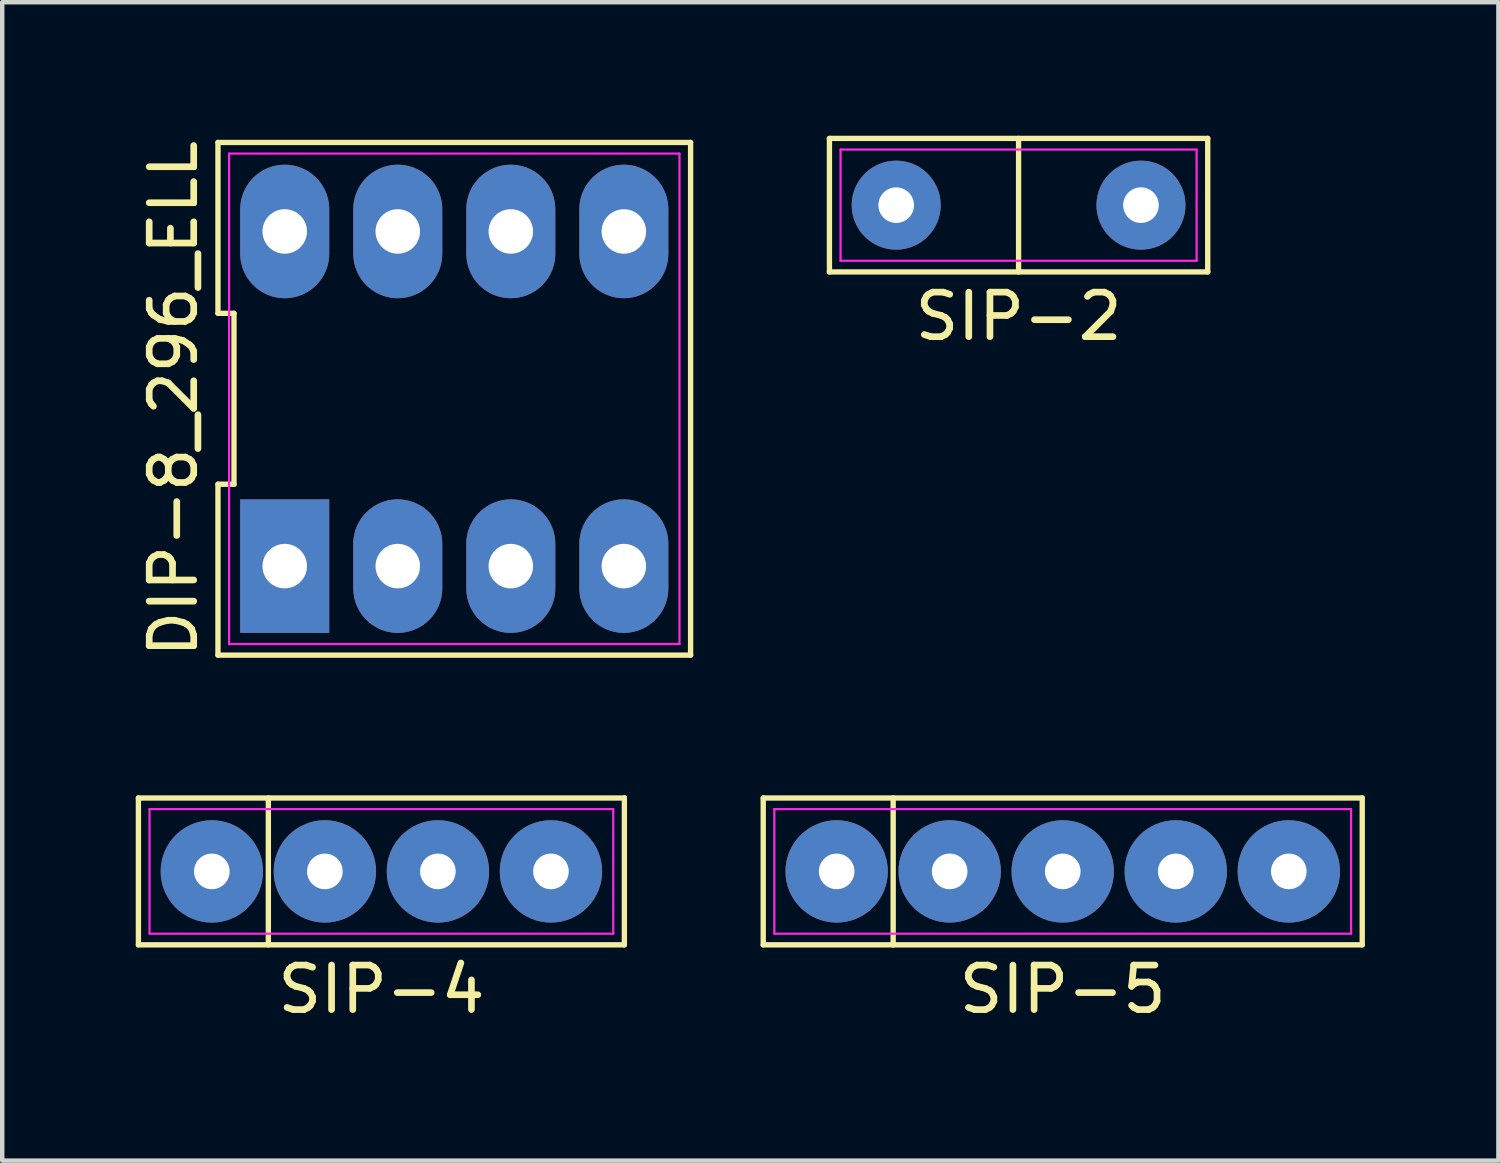
<source format=kicad_pcb>
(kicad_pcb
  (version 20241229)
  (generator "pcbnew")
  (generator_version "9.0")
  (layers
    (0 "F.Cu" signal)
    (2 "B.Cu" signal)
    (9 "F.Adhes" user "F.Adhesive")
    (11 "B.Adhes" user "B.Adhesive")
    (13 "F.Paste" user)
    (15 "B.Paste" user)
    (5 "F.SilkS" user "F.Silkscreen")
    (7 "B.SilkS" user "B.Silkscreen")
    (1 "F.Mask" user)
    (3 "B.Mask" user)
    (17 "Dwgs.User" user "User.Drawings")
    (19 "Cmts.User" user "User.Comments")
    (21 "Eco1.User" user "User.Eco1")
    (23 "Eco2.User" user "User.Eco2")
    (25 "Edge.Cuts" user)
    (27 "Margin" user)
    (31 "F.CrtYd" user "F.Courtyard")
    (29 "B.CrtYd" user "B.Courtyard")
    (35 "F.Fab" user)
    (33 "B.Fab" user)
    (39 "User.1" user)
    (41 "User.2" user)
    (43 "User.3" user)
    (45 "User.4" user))
  (footprint "DIP-8_296_ELL"
    (layer "F.Cu")
    (at 7.158 5.911)
    (property "Reference" "DIP-8_296_ELL" (at -6.31 0 90) (layer "F.SilkS") (effects (font (size 1 1) (thickness 0.15))))
    (fp_line (start -5.31 -5.76) (end -5.31 -1.92) (stroke (width 0.12) (type solid)) (layer "F.SilkS"))
    (fp_line (start -5.31 -1.92) (end -4.95 -1.92) (stroke (width 0.12) (type solid)) (layer "F.SilkS"))
    (fp_line (start -5.31 1.92) (end -5.31 5.76) (stroke (width 0.12) (type solid)) (layer "F.SilkS"))
    (fp_line (start -5.31 5.76) (end 5.31 5.76) (stroke (width 0.12) (type solid)) (layer "F.SilkS"))
    (fp_line (start -4.95 -1.92) (end -4.95 1.92) (stroke (width 0.12) (type solid)) (layer "F.SilkS"))
    (fp_line (start -4.95 1.92) (end -5.31 1.92) (stroke (width 0.12) (type solid)) (layer "F.SilkS"))
    (fp_line (start 5.31 -5.76) (end -5.31 -5.76) (stroke (width 0.12) (type solid)) (layer "F.SilkS"))
    (fp_line (start 5.31 5.76) (end 5.31 -5.76) (stroke (width 0.12) (type solid)) (layer "F.SilkS"))
    (fp_line (start -5.06 -5.51) (end 5.06 -5.51) (stroke (width 0.05) (type solid)) (layer "F.CrtYd"))
    (fp_line (start -5.06 5.51) (end -5.06 -5.51) (stroke (width 0.05) (type solid)) (layer "F.CrtYd"))
    (fp_line (start 5.06 -5.51) (end 5.06 5.51) (stroke (width 0.05) (type solid)) (layer "F.CrtYd"))
    (fp_line (start 5.06 5.51) (end -5.06 5.51) (stroke (width 0.05) (type solid)) (layer "F.CrtYd"))
    (pad "1" thru_hole rect (at -3.81 3.76) (size 2 3) (drill 1) (layers "*.Cu" "*.Mask"))
    (pad "2" thru_hole oval (at -1.27 3.76) (size 2 3) (drill 1) (layers "*.Cu" "*.Mask"))
    (pad "3" thru_hole oval (at 1.27 3.76) (size 2 3) (drill 1) (layers "*.Cu" "*.Mask"))
    (pad "4" thru_hole oval (at 3.81 3.76) (size 2 3) (drill 1) (layers "*.Cu" "*.Mask"))
    (pad "5" thru_hole oval (at 3.81 -3.76) (size 2 3) (drill 1) (layers "*.Cu" "*.Mask"))
    (pad "6" thru_hole oval (at 1.27 -3.76) (size 2 3) (drill 1) (layers "*.Cu" "*.Mask"))
    (pad "7" thru_hole oval (at -1.27 -3.76) (size 2 3) (drill 1) (layers "*.Cu" "*.Mask"))
    (pad "8" thru_hole oval (at -3.81 -3.76) (size 2 3) (drill 1) (layers "*.Cu" "*.Mask")))
  (footprint "SIP-4"
    (layer "F.Cu")
    (at 5.52 16.531)
    (property "Reference" "SIP-4" (at 0 2.65 0) (layer "F.SilkS") (effects (font (size 1 1) (thickness 0.15))))
    (fp_line (start -5.46 -1.65) (end 5.46 -1.65) (stroke (width 0.12) (type solid)) (layer "F.SilkS"))
    (fp_line (start -5.46 1.65) (end -5.46 -1.65) (stroke (width 0.12) (type solid)) (layer "F.SilkS"))
    (fp_line (start -2.54 -1.65) (end -2.54 1.65) (stroke (width 0.12) (type solid)) (layer "F.SilkS"))
    (fp_line (start 5.46 -1.65) (end 5.46 1.65) (stroke (width 0.12) (type solid)) (layer "F.SilkS"))
    (fp_line (start 5.46 1.65) (end -5.46 1.65) (stroke (width 0.12) (type solid)) (layer "F.SilkS"))
    (fp_line (start -5.21 -1.4) (end 5.21 -1.4) (stroke (width 0.05) (type solid)) (layer "F.CrtYd"))
    (fp_line (start -5.21 1.4) (end -5.21 -1.4) (stroke (width 0.05) (type solid)) (layer "F.CrtYd"))
    (fp_line (start 5.21 -1.4) (end 5.21 1.4) (stroke (width 0.05) (type solid)) (layer "F.CrtYd"))
    (fp_line (start 5.21 1.4) (end -5.21 1.4) (stroke (width 0.05) (type solid)) (layer "F.CrtYd"))
    (pad "1" thru_hole circle (at -3.81 0) (size 2.3 2.3) (drill 0.8) (layers "*.Cu" "*.Mask"))
    (pad "2" thru_hole circle (at -1.27 0) (size 2.3 2.3) (drill 0.8) (layers "*.Cu" "*.Mask"))
    (pad "3" thru_hole circle (at 1.27 0) (size 2.3 2.3) (drill 0.8) (layers "*.Cu" "*.Mask"))
    (pad "4" thru_hole circle (at 3.81 0) (size 2.3 2.3) (drill 0.8) (layers "*.Cu" "*.Mask")))
  (footprint "SIP-2"
    (layer "F.Cu")
    (at 19.838 1.56)
    (property "Reference" "SIP-2" (at 0 2.5 0) (layer "F.SilkS") (effects (font (size 1 1) (thickness 0.15))))
    (fp_line (start -4.25 -1.5) (end 4.25 -1.5) (stroke (width 0.12) (type solid)) (layer "F.SilkS"))
    (fp_line (start -4.25 1.5) (end -4.25 -1.5) (stroke (width 0.12) (type solid)) (layer "F.SilkS"))
    (fp_line (start 0 -1.5) (end 0 1.5) (stroke (width 0.12) (type solid)) (layer "F.SilkS"))
    (fp_line (start 4.25 -1.5) (end 4.25 1.5) (stroke (width 0.12) (type solid)) (layer "F.SilkS"))
    (fp_line (start 4.25 1.5) (end -4.25 1.5) (stroke (width 0.12) (type solid)) (layer "F.SilkS"))
    (fp_line (start -4 -1.25) (end 4 -1.25) (stroke (width 0.05) (type solid)) (layer "F.CrtYd"))
    (fp_line (start -4 1.25) (end -4 -1.25) (stroke (width 0.05) (type solid)) (layer "F.CrtYd"))
    (fp_line (start 4 -1.25) (end 4 1.25) (stroke (width 0.05) (type solid)) (layer "F.CrtYd"))
    (fp_line (start 4 1.25) (end -4 1.25) (stroke (width 0.05) (type solid)) (layer "F.CrtYd"))
    (pad "1" thru_hole circle (at -2.75 0) (size 2 2) (drill 0.8) (layers "*.Cu" "*.Mask"))
    (pad "2" thru_hole circle (at 2.75 0) (size 2 2) (drill 0.8) (layers "*.Cu" "*.Mask")))
  (footprint "SIP-5"
    (layer "F.Cu")
    (at 20.83 16.531)
    (property "Reference" "SIP-5" (at 0 2.65 0) (layer "F.SilkS") (effects (font (size 1 1) (thickness 0.15))))
    (fp_line (start -6.73 -1.65) (end 6.73 -1.65) (stroke (width 0.12) (type solid)) (layer "F.SilkS"))
    (fp_line (start -6.73 1.65) (end -6.73 -1.65) (stroke (width 0.12) (type solid)) (layer "F.SilkS"))
    (fp_line (start -3.81 -1.65) (end -3.81 1.65) (stroke (width 0.12) (type solid)) (layer "F.SilkS"))
    (fp_line (start 6.73 -1.65) (end 6.73 1.65) (stroke (width 0.12) (type solid)) (layer "F.SilkS"))
    (fp_line (start 6.73 1.65) (end -6.73 1.65) (stroke (width 0.12) (type solid)) (layer "F.SilkS"))
    (fp_line (start -6.48 -1.4) (end 6.48 -1.4) (stroke (width 0.05) (type solid)) (layer "F.CrtYd"))
    (fp_line (start -6.48 1.4) (end -6.48 -1.4) (stroke (width 0.05) (type solid)) (layer "F.CrtYd"))
    (fp_line (start 6.48 -1.4) (end 6.48 1.4) (stroke (width 0.05) (type solid)) (layer "F.CrtYd"))
    (fp_line (start 6.48 1.4) (end -6.48 1.4) (stroke (width 0.05) (type solid)) (layer "F.CrtYd"))
    (pad "1" thru_hole circle (at -5.08 0) (size 2.3 2.3) (drill 0.8) (layers "*.Cu" "*.Mask"))
    (pad "2" thru_hole circle (at -2.54 0) (size 2.3 2.3) (drill 0.8) (layers "*.Cu" "*.Mask"))
    (pad "3" thru_hole circle (at 0 0) (size 2.3 2.3) (drill 0.8) (layers "*.Cu" "*.Mask"))
    (pad "4" thru_hole circle (at 2.54 0) (size 2.3 2.3) (drill 0.8) (layers "*.Cu" "*.Mask"))
    (pad "5" thru_hole circle (at 5.08 0) (size 2.3 2.3) (drill 0.8) (layers "*.Cu" "*.Mask")))
  (gr_rect
    (start -3 -3)
    (end 30.62 23.03)
    (stroke (width 0.1) (type default))
    (fill no)
    (layer "Edge.Cuts")))
</source>
